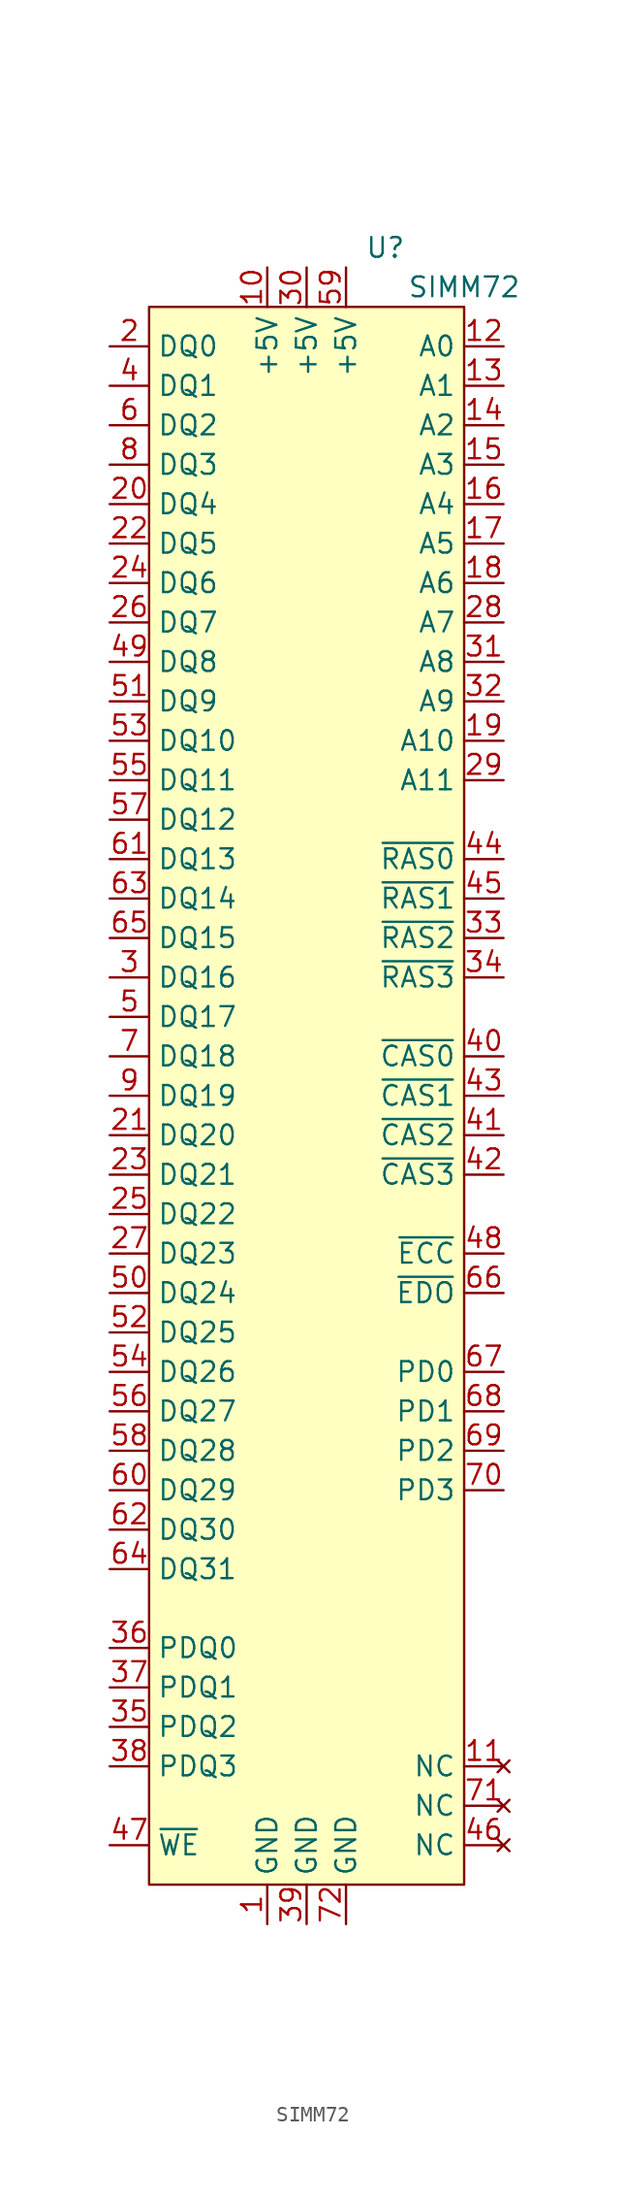
<source format=kicad_sym>
(kicad_symbol_lib
  (version 20220914)
  (generator kicad_symbol_editor)
  (symbol "SIMM72"
    (property "Reference" "U"
      (at 5.08 40.64 0)
      (effects (font (size 1.27 1.27))))
    (property "Value" "SIMM72"
      (at 10.16 38.1 0)
      (effects (font (size 1.27 1.27))))
    (symbol "SIMM72_1_1"
      (rectangle (start -10.16 36.83) (end 10.16 -64.77) (stroke (width 0) (type default)) (fill (type background)))
      (pin power_in line (at -2.54 -67.31 90) (length 2.54) (name "GND" (effects (font (size 1.27 1.27)))) (number "1" (effects (font (size 1.27 1.27)))))
      (pin power_in line (at -2.54 39.37 270) (length 2.54) (name "+5V" (effects (font (size 1.27 1.27)))) (number "10" (effects (font (size 1.27 1.27)))))
      (pin no_connect line (at 12.7 -57.15 180) (length 2.54) (name "NC" (effects (font (size 1.27 1.27)))) (number "11" (effects (font (size 1.27 1.27)))))
      (pin input line (at 12.7 34.29 180) (length 2.54) (name "A0" (effects (font (size 1.27 1.27)))) (number "12" (effects (font (size 1.27 1.27)))))
      (pin input line (at 12.7 31.75 180) (length 2.54) (name "A1" (effects (font (size 1.27 1.27)))) (number "13" (effects (font (size 1.27 1.27)))))
      (pin input line (at 12.7 29.21 180) (length 2.54) (name "A2" (effects (font (size 1.27 1.27)))) (number "14" (effects (font (size 1.27 1.27)))))
      (pin input line (at 12.7 26.67 180) (length 2.54) (name "A3" (effects (font (size 1.27 1.27)))) (number "15" (effects (font (size 1.27 1.27)))))
      (pin input line (at 12.7 24.13 180) (length 2.54) (name "A4" (effects (font (size 1.27 1.27)))) (number "16" (effects (font (size 1.27 1.27)))))
      (pin input line (at 12.7 21.59 180) (length 2.54) (name "A5" (effects (font (size 1.27 1.27)))) (number "17" (effects (font (size 1.27 1.27)))))
      (pin input line (at 12.7 19.05 180) (length 2.54) (name "A6" (effects (font (size 1.27 1.27)))) (number "18" (effects (font (size 1.27 1.27)))))
      (pin input line (at 12.7 8.89 180) (length 2.54) (name "A10" (effects (font (size 1.27 1.27)))) (number "19" (effects (font (size 1.27 1.27)))))
      (pin bidirectional line (at -12.7 34.29 0) (length 2.54) (name "DQ0" (effects (font (size 1.27 1.27)))) (number "2" (effects (font (size 1.27 1.27)))))
      (pin bidirectional line (at -12.7 24.13 0) (length 2.54) (name "DQ4" (effects (font (size 1.27 1.27)))) (number "20" (effects (font (size 1.27 1.27)))))
      (pin bidirectional line (at -12.7 -16.51 0) (length 2.54) (name "DQ20" (effects (font (size 1.27 1.27)))) (number "21" (effects (font (size 1.27 1.27)))))
      (pin bidirectional line (at -12.7 21.59 0) (length 2.54) (name "DQ5" (effects (font (size 1.27 1.27)))) (number "22" (effects (font (size 1.27 1.27)))))
      (pin bidirectional line (at -12.7 -19.05 0) (length 2.54) (name "DQ21" (effects (font (size 1.27 1.27)))) (number "23" (effects (font (size 1.27 1.27)))))
      (pin bidirectional line (at -12.7 19.05 0) (length 2.54) (name "DQ6" (effects (font (size 1.27 1.27)))) (number "24" (effects (font (size 1.27 1.27)))))
      (pin bidirectional line (at -12.7 -21.59 0) (length 2.54) (name "DQ22" (effects (font (size 1.27 1.27)))) (number "25" (effects (font (size 1.27 1.27)))))
      (pin bidirectional line (at -12.7 16.51 0) (length 2.54) (name "DQ7" (effects (font (size 1.27 1.27)))) (number "26" (effects (font (size 1.27 1.27)))))
      (pin bidirectional line (at -12.7 -24.13 0) (length 2.54) (name "DQ23" (effects (font (size 1.27 1.27)))) (number "27" (effects (font (size 1.27 1.27)))))
      (pin input line (at 12.7 16.51 180) (length 2.54) (name "A7" (effects (font (size 1.27 1.27)))) (number "28" (effects (font (size 1.27 1.27)))))
      (pin input line (at 12.7 6.35 180) (length 2.54) (name "A11" (effects (font (size 1.27 1.27)))) (number "29" (effects (font (size 1.27 1.27)))))
      (pin bidirectional line (at -12.7 -6.35 0) (length 2.54) (name "DQ16" (effects (font (size 1.27 1.27)))) (number "3" (effects (font (size 1.27 1.27)))))
      (pin power_in line (at 0 39.37 270) (length 2.54) (name "+5V" (effects (font (size 1.27 1.27)))) (number "30" (effects (font (size 1.27 1.27)))))
      (pin input line (at 12.7 13.97 180) (length 2.54) (name "A8" (effects (font (size 1.27 1.27)))) (number "31" (effects (font (size 1.27 1.27)))))
      (pin input line (at 12.7 11.43 180) (length 2.54) (name "A9" (effects (font (size 1.27 1.27)))) (number "32" (effects (font (size 1.27 1.27)))))
      (pin input line (at 12.7 -3.81 180) (length 2.54) (name "~{RAS2}" (effects (font (size 1.27 1.27)))) (number "33" (effects (font (size 1.27 1.27)))))
      (pin input line (at 12.7 -6.35 180) (length 2.54) (name "~{RAS3}" (effects (font (size 1.27 1.27)))) (number "34" (effects (font (size 1.27 1.27)))))
      (pin bidirectional line (at -12.7 -54.61 0) (length 2.54) (name "PDQ2" (effects (font (size 1.27 1.27)))) (number "35" (effects (font (size 1.27 1.27)))))
      (pin bidirectional line (at -12.7 -49.53 0) (length 2.54) (name "PDQ0" (effects (font (size 1.27 1.27)))) (number "36" (effects (font (size 1.27 1.27)))))
      (pin bidirectional line (at -12.7 -52.07 0) (length 2.54) (name "PDQ1" (effects (font (size 1.27 1.27)))) (number "37" (effects (font (size 1.27 1.27)))))
      (pin bidirectional line (at -12.7 -57.15 0) (length 2.54) (name "PDQ3" (effects (font (size 1.27 1.27)))) (number "38" (effects (font (size 1.27 1.27)))))
      (pin power_in line (at 0 -67.31 90) (length 2.54) (name "GND" (effects (font (size 1.27 1.27)))) (number "39" (effects (font (size 1.27 1.27)))))
      (pin bidirectional line (at -12.7 31.75 0) (length 2.54) (name "DQ1" (effects (font (size 1.27 1.27)))) (number "4" (effects (font (size 1.27 1.27)))))
      (pin input line (at 12.7 -11.43 180) (length 2.54) (name "~{CAS0}" (effects (font (size 1.27 1.27)))) (number "40" (effects (font (size 1.27 1.27)))))
      (pin input line (at 12.7 -16.51 180) (length 2.54) (name "~{CAS2}" (effects (font (size 1.27 1.27)))) (number "41" (effects (font (size 1.27 1.27)))))
      (pin input line (at 12.7 -19.05 180) (length 2.54) (name "~{CAS3}" (effects (font (size 1.27 1.27)))) (number "42" (effects (font (size 1.27 1.27)))))
      (pin input line (at 12.7 -13.97 180) (length 2.54) (name "~{CAS1}" (effects (font (size 1.27 1.27)))) (number "43" (effects (font (size 1.27 1.27)))))
      (pin input line (at 12.7 1.27 180) (length 2.54) (name "~{RAS0}" (effects (font (size 1.27 1.27)))) (number "44" (effects (font (size 1.27 1.27)))))
      (pin input line (at 12.7 -1.27 180) (length 2.54) (name "~{RAS1}" (effects (font (size 1.27 1.27)))) (number "45" (effects (font (size 1.27 1.27)))))
      (pin no_connect line (at 12.7 -62.23 180) (length 2.54) (name "NC" (effects (font (size 1.27 1.27)))) (number "46" (effects (font (size 1.27 1.27)))))
      (pin input line (at -12.7 -62.23 0) (length 2.54) (name "~{WE}" (effects (font (size 1.27 1.27)))) (number "47" (effects (font (size 1.27 1.27)))))
      (pin output line (at 12.7 -24.13 180) (length 2.54) (name "~{ECC}" (effects (font (size 1.27 1.27)))) (number "48" (effects (font (size 1.27 1.27)))))
      (pin bidirectional line (at -12.7 13.97 0) (length 2.54) (name "DQ8" (effects (font (size 1.27 1.27)))) (number "49" (effects (font (size 1.27 1.27)))))
      (pin bidirectional line (at -12.7 -8.89 0) (length 2.54) (name "DQ17" (effects (font (size 1.27 1.27)))) (number "5" (effects (font (size 1.27 1.27)))))
      (pin bidirectional line (at -12.7 -26.67 0) (length 2.54) (name "DQ24" (effects (font (size 1.27 1.27)))) (number "50" (effects (font (size 1.27 1.27)))))
      (pin bidirectional line (at -12.7 11.43 0) (length 2.54) (name "DQ9" (effects (font (size 1.27 1.27)))) (number "51" (effects (font (size 1.27 1.27)))))
      (pin bidirectional line (at -12.7 -29.21 0) (length 2.54) (name "DQ25" (effects (font (size 1.27 1.27)))) (number "52" (effects (font (size 1.27 1.27)))))
      (pin bidirectional line (at -12.7 8.89 0) (length 2.54) (name "DQ10" (effects (font (size 1.27 1.27)))) (number "53" (effects (font (size 1.27 1.27)))))
      (pin bidirectional line (at -12.7 -31.75 0) (length 2.54) (name "DQ26" (effects (font (size 1.27 1.27)))) (number "54" (effects (font (size 1.27 1.27)))))
      (pin bidirectional line (at -12.7 6.35 0) (length 2.54) (name "DQ11" (effects (font (size 1.27 1.27)))) (number "55" (effects (font (size 1.27 1.27)))))
      (pin bidirectional line (at -12.7 -34.29 0) (length 2.54) (name "DQ27" (effects (font (size 1.27 1.27)))) (number "56" (effects (font (size 1.27 1.27)))))
      (pin bidirectional line (at -12.7 3.81 0) (length 2.54) (name "DQ12" (effects (font (size 1.27 1.27)))) (number "57" (effects (font (size 1.27 1.27)))))
      (pin bidirectional line (at -12.7 -36.83 0) (length 2.54) (name "DQ28" (effects (font (size 1.27 1.27)))) (number "58" (effects (font (size 1.27 1.27)))))
      (pin power_in line (at 2.54 39.37 270) (length 2.54) (name "+5V" (effects (font (size 1.27 1.27)))) (number "59" (effects (font (size 1.27 1.27)))))
      (pin bidirectional line (at -12.7 29.21 0) (length 2.54) (name "DQ2" (effects (font (size 1.27 1.27)))) (number "6" (effects (font (size 1.27 1.27)))))
      (pin bidirectional line (at -12.7 -39.37 0) (length 2.54) (name "DQ29" (effects (font (size 1.27 1.27)))) (number "60" (effects (font (size 1.27 1.27)))))
      (pin bidirectional line (at -12.7 1.27 0) (length 2.54) (name "DQ13" (effects (font (size 1.27 1.27)))) (number "61" (effects (font (size 1.27 1.27)))))
      (pin bidirectional line (at -12.7 -41.91 0) (length 2.54) (name "DQ30" (effects (font (size 1.27 1.27)))) (number "62" (effects (font (size 1.27 1.27)))))
      (pin bidirectional line (at -12.7 -1.27 0) (length 2.54) (name "DQ14" (effects (font (size 1.27 1.27)))) (number "63" (effects (font (size 1.27 1.27)))))
      (pin bidirectional line (at -12.7 -44.45 0) (length 2.54) (name "DQ31" (effects (font (size 1.27 1.27)))) (number "64" (effects (font (size 1.27 1.27)))))
      (pin bidirectional line (at -12.7 -3.81 0) (length 2.54) (name "DQ15" (effects (font (size 1.27 1.27)))) (number "65" (effects (font (size 1.27 1.27)))))
      (pin output line (at 12.7 -26.67 180) (length 2.54) (name "~{EDO}" (effects (font (size 1.27 1.27)))) (number "66" (effects (font (size 1.27 1.27)))))
      (pin output line (at 12.7 -31.75 180) (length 2.54) (name "PD0" (effects (font (size 1.27 1.27)))) (number "67" (effects (font (size 1.27 1.27)))))
      (pin output line (at 12.7 -34.29 180) (length 2.54) (name "PD1" (effects (font (size 1.27 1.27)))) (number "68" (effects (font (size 1.27 1.27)))))
      (pin output line (at 12.7 -36.83 180) (length 2.54) (name "PD2" (effects (font (size 1.27 1.27)))) (number "69" (effects (font (size 1.27 1.27)))))
      (pin bidirectional line (at -12.7 -11.43 0) (length 2.54) (name "DQ18" (effects (font (size 1.27 1.27)))) (number "7" (effects (font (size 1.27 1.27)))))
      (pin output line (at 12.7 -39.37 180) (length 2.54) (name "PD3" (effects (font (size 1.27 1.27)))) (number "70" (effects (font (size 1.27 1.27)))))
      (pin no_connect line (at 12.7 -59.69 180) (length 2.54) (name "NC" (effects (font (size 1.27 1.27)))) (number "71" (effects (font (size 1.27 1.27)))))
      (pin power_in line (at 2.54 -67.31 90) (length 2.54) (name "GND" (effects (font (size 1.27 1.27)))) (number "72" (effects (font (size 1.27 1.27)))))
      (pin bidirectional line (at -12.7 26.67 0) (length 2.54) (name "DQ3" (effects (font (size 1.27 1.27)))) (number "8" (effects (font (size 1.27 1.27)))))
      (pin bidirectional line (at -12.7 -13.97 0) (length 2.54) (name "DQ19" (effects (font (size 1.27 1.27)))) (number "9" (effects (font (size 1.27 1.27))))))))
</source>
